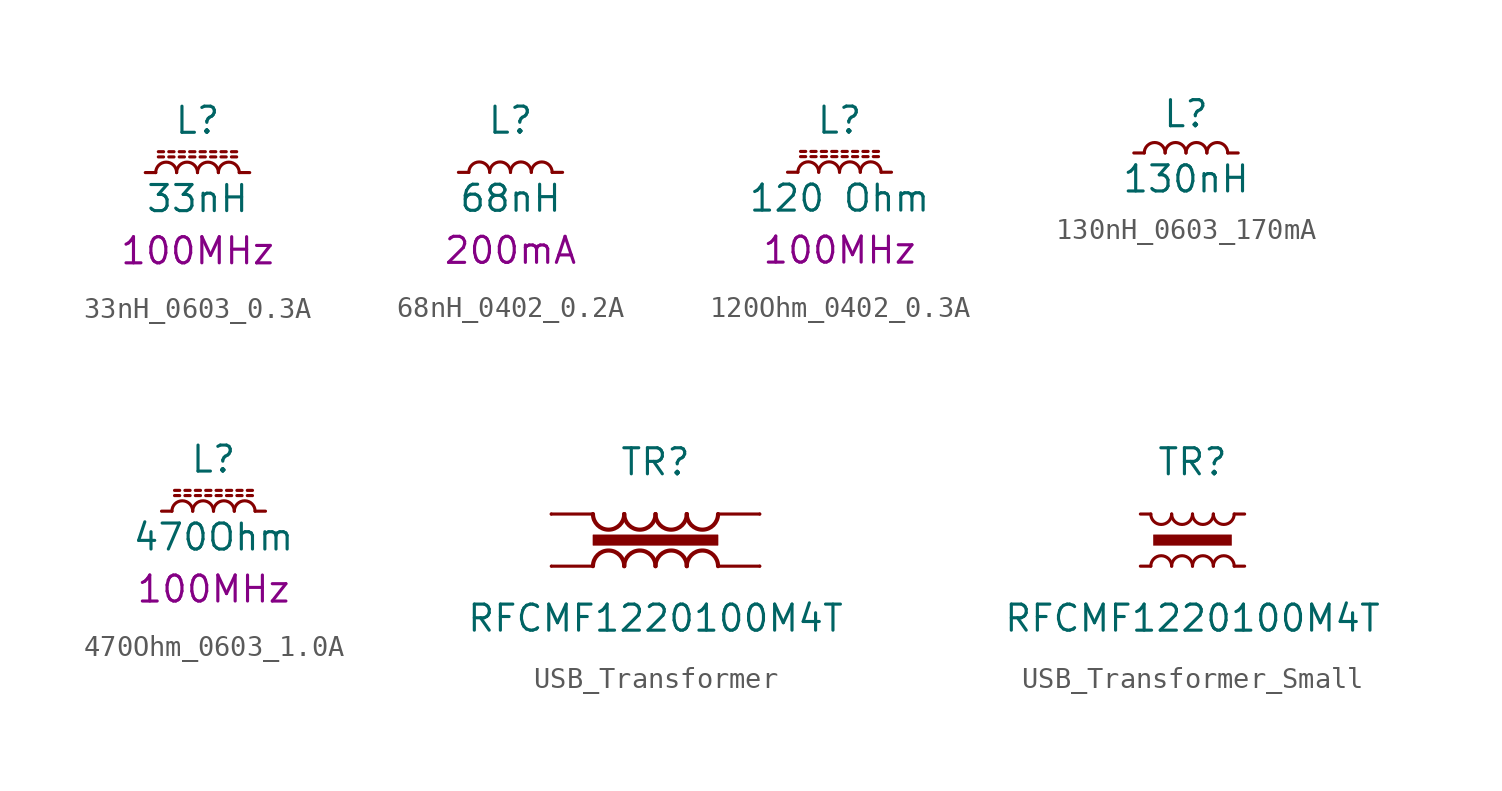
<source format=kicad_sym>
(kicad_symbol_lib
  (version 20231120)
  (generator "kicad_symbol_editor")
  (generator_version "8.0")
  (symbol "33nH_0603_0.3A"
    (pin_numbers hide)
    (pin_names
      (offset 1.016) hide)
    (property "Reference" "L"
      (at 0 2.54 0)
      (effects (font (size 1.27 1.27))))
    (property "Value" "33nH"
      (at 0 -1.27 0)
      (effects (font (size 1.27 1.27))))
    (property "Frequency" "100MHz"
      (at 0 -3.81 0)
      (effects (font (size 1.27 1.27))))
    (symbol "33nH_0603_0.3A_0_1"
      (arc (start -1.016 0) (mid -1.524 0.5058) (end -2.032 0) (stroke (width 0) (type default)) (fill (type none)))
      (arc (start 0 0) (mid -0.508 0.5058) (end -1.016 0) (stroke (width 0) (type default)) (fill (type none)))
      (polyline (pts (xy -1.905 1.016) (xy -1.651 1.016)) (stroke (width 0) (type default)) (fill (type none)))
      (polyline (pts (xy -1.651 0.762) (xy -1.905 0.762)) (stroke (width 0) (type default)) (fill (type none)))
      (polyline (pts (xy -1.397 1.016) (xy -1.143 1.016)) (stroke (width 0) (type default)) (fill (type none)))
      (polyline (pts (xy -1.143 0.762) (xy -1.397 0.762)) (stroke (width 0) (type default)) (fill (type none)))
      (polyline (pts (xy -0.889 1.016) (xy -0.635 1.016)) (stroke (width 0) (type default)) (fill (type none)))
      (polyline (pts (xy -0.635 0.762) (xy -0.889 0.762)) (stroke (width 0) (type default)) (fill (type none)))
      (polyline (pts (xy -0.381 1.016) (xy -0.127 1.016)) (stroke (width 0) (type default)) (fill (type none)))
      (polyline (pts (xy -0.127 0.762) (xy -0.381 0.762)) (stroke (width 0) (type default)) (fill (type none)))
      (polyline (pts (xy 0.127 1.016) (xy 0.381 1.016)) (stroke (width 0) (type default)) (fill (type none)))
      (polyline (pts (xy 0.381 0.762) (xy 0.127 0.762)) (stroke (width 0) (type default)) (fill (type none)))
      (polyline (pts (xy 0.635 1.016) (xy 0.889 1.016)) (stroke (width 0) (type default)) (fill (type none)))
      (polyline (pts (xy 0.889 0.762) (xy 0.635 0.762)) (stroke (width 0) (type default)) (fill (type none)))
      (polyline (pts (xy 1.143 1.016) (xy 1.397 1.016)) (stroke (width 0) (type default)) (fill (type none)))
      (polyline (pts (xy 1.397 0.762) (xy 1.143 0.762)) (stroke (width 0) (type default)) (fill (type none)))
      (polyline (pts (xy 1.651 1.016) (xy 1.905 1.016)) (stroke (width 0) (type default)) (fill (type none)))
      (polyline (pts (xy 1.905 0.762) (xy 1.651 0.762)) (stroke (width 0) (type default)) (fill (type none)))
      (arc (start 1.016 0) (mid 0.508 0.5058) (end 0 0) (stroke (width 0) (type default)) (fill (type none)))
      (arc (start 2.032 0) (mid 1.524 0.5058) (end 1.016 0) (stroke (width 0) (type default)) (fill (type none))))
    (symbol "33nH_0603_0.3A_1_1"
      (pin passive line (at -2.54 0 0) (length 0.508) (name "~" (effects (font (size 1.27 1.27)))) (number "1" (effects (font (size 1.27 1.27)))))
      (pin passive line (at 2.54 0 180) (length 0.508) (name "~" (effects (font (size 1.27 1.27)))) (number "2" (effects (font (size 1.27 1.27)))))))
  (symbol "68nH_0402_0.2A"
    (pin_numbers hide)
    (pin_names
      (offset 1.016) hide)
    (property "Reference" "L"
      (at 0 2.54 0)
      (effects (font (size 1.27 1.27))))
    (property "Value" "68nH"
      (at 0 -1.27 0)
      (effects (font (size 1.27 1.27))))
    (property "Current" "200mA"
      (at 0 -3.81 0)
      (effects (font (size 1.27 1.27))))
    (symbol "68nH_0402_0.2A_0_1"
      (arc (start -1.016 0) (mid -1.524 0.5058) (end -2.032 0) (stroke (width 0) (type default)) (fill (type none)))
      (arc (start 0 0) (mid -0.508 0.5058) (end -1.016 0) (stroke (width 0) (type default)) (fill (type none)))
      (arc (start 1.016 0) (mid 0.508 0.5058) (end 0 0) (stroke (width 0) (type default)) (fill (type none)))
      (arc (start 2.032 0) (mid 1.524 0.5058) (end 1.016 0) (stroke (width 0) (type default)) (fill (type none))))
    (symbol "68nH_0402_0.2A_1_1"
      (pin passive line (at -2.54 0 0) (length 0.508) (name "~" (effects (font (size 1.27 1.27)))) (number "1" (effects (font (size 1.27 1.27)))))
      (pin passive line (at 2.54 0 180) (length 0.508) (name "~" (effects (font (size 1.27 1.27)))) (number "2" (effects (font (size 1.27 1.27)))))))
  (symbol "120Ohm_0402_0.3A"
    (pin_numbers hide)
    (pin_names
      (offset 1.016) hide)
    (property "Reference" "L"
      (at 0 2.54 0)
      (effects (font (size 1.27 1.27))))
    (property "Value" "120 Ohm"
      (at 0 -1.27 0)
      (effects (font (size 1.27 1.27))))
    (property "Frequency" "100MHz"
      (at 0 -3.81 0)
      (effects (font (size 1.27 1.27))))
    (symbol "120Ohm_0402_0.3A_0_1"
      (arc (start -1.016 0) (mid -1.524 0.5058) (end -2.032 0) (stroke (width 0) (type default)) (fill (type none)))
      (arc (start 0 0) (mid -0.508 0.5058) (end -1.016 0) (stroke (width 0) (type default)) (fill (type none)))
      (polyline (pts (xy -1.905 1.016) (xy -1.651 1.016)) (stroke (width 0) (type default)) (fill (type none)))
      (polyline (pts (xy -1.651 0.762) (xy -1.905 0.762)) (stroke (width 0) (type default)) (fill (type none)))
      (polyline (pts (xy -1.397 1.016) (xy -1.143 1.016)) (stroke (width 0) (type default)) (fill (type none)))
      (polyline (pts (xy -1.143 0.762) (xy -1.397 0.762)) (stroke (width 0) (type default)) (fill (type none)))
      (polyline (pts (xy -0.889 1.016) (xy -0.635 1.016)) (stroke (width 0) (type default)) (fill (type none)))
      (polyline (pts (xy -0.635 0.762) (xy -0.889 0.762)) (stroke (width 0) (type default)) (fill (type none)))
      (polyline (pts (xy -0.381 1.016) (xy -0.127 1.016)) (stroke (width 0) (type default)) (fill (type none)))
      (polyline (pts (xy -0.127 0.762) (xy -0.381 0.762)) (stroke (width 0) (type default)) (fill (type none)))
      (polyline (pts (xy 0.127 1.016) (xy 0.381 1.016)) (stroke (width 0) (type default)) (fill (type none)))
      (polyline (pts (xy 0.381 0.762) (xy 0.127 0.762)) (stroke (width 0) (type default)) (fill (type none)))
      (polyline (pts (xy 0.635 1.016) (xy 0.889 1.016)) (stroke (width 0) (type default)) (fill (type none)))
      (polyline (pts (xy 0.889 0.762) (xy 0.635 0.762)) (stroke (width 0) (type default)) (fill (type none)))
      (polyline (pts (xy 1.143 1.016) (xy 1.397 1.016)) (stroke (width 0) (type default)) (fill (type none)))
      (polyline (pts (xy 1.397 0.762) (xy 1.143 0.762)) (stroke (width 0) (type default)) (fill (type none)))
      (polyline (pts (xy 1.651 1.016) (xy 1.905 1.016)) (stroke (width 0) (type default)) (fill (type none)))
      (polyline (pts (xy 1.905 0.762) (xy 1.651 0.762)) (stroke (width 0) (type default)) (fill (type none)))
      (arc (start 1.016 0) (mid 0.508 0.5058) (end 0 0) (stroke (width 0) (type default)) (fill (type none)))
      (arc (start 2.032 0) (mid 1.524 0.5058) (end 1.016 0) (stroke (width 0) (type default)) (fill (type none))))
    (symbol "120Ohm_0402_0.3A_1_1"
      (pin passive line (at -2.54 0 0) (length 0.508) (name "~" (effects (font (size 1.27 1.27)))) (number "1" (effects (font (size 1.27 1.27)))))
      (pin passive line (at 2.54 0 180) (length 0.508) (name "~" (effects (font (size 1.27 1.27)))) (number "2" (effects (font (size 1.27 1.27)))))))
  (symbol "130nH_0603_170mA"
    (pin_numbers hide)
    (pin_names
      (offset 1.016) hide)
    (property "Reference" "L"
      (at 0 1.905 0)
      (effects (font (size 1.27 1.27))))
    (property "Value" "130nH"
      (at 0 -1.27 0)
      (effects (font (size 1.27 1.27))))
    (symbol "130nH_0603_170mA_0_1"
      (arc (start -1.016 0) (mid -1.524 0.5058) (end -2.032 0) (stroke (width 0) (type default)) (fill (type none)))
      (arc (start 0 0) (mid -0.508 0.5058) (end -1.016 0) (stroke (width 0) (type default)) (fill (type none)))
      (arc (start 1.016 0) (mid 0.508 0.5058) (end 0 0) (stroke (width 0) (type default)) (fill (type none)))
      (arc (start 2.032 0) (mid 1.524 0.5058) (end 1.016 0) (stroke (width 0) (type default)) (fill (type none))))
    (symbol "130nH_0603_170mA_1_1"
      (pin passive line (at -2.54 0 0) (length 0.508) (name "~" (effects (font (size 1.27 1.27)))) (number "1" (effects (font (size 1.27 1.27)))))
      (pin passive line (at 2.54 0 180) (length 0.508) (name "~" (effects (font (size 1.27 1.27)))) (number "2" (effects (font (size 1.27 1.27)))))))
  (symbol "470Ohm_0603_1.0A"
    (pin_numbers hide)
    (pin_names
      (offset 1.016) hide)
    (property "Reference" "L"
      (at 0 2.54 0)
      (effects (font (size 1.27 1.27))))
    (property "Value" "470Ohm"
      (at 0 -1.27 0)
      (effects (font (size 1.27 1.27))))
    (property "Frequency" "100MHz"
      (at 0 -3.81 0)
      (effects (font (size 1.27 1.27))))
    (symbol "470Ohm_0603_1.0A_0_1"
      (arc (start -1.016 0) (mid -1.524 0.5058) (end -2.032 0) (stroke (width 0) (type default)) (fill (type none)))
      (arc (start 0 0) (mid -0.508 0.5058) (end -1.016 0) (stroke (width 0) (type default)) (fill (type none)))
      (polyline (pts (xy -1.905 1.016) (xy -1.651 1.016)) (stroke (width 0) (type default)) (fill (type none)))
      (polyline (pts (xy -1.651 0.762) (xy -1.905 0.762)) (stroke (width 0) (type default)) (fill (type none)))
      (polyline (pts (xy -1.397 1.016) (xy -1.143 1.016)) (stroke (width 0) (type default)) (fill (type none)))
      (polyline (pts (xy -1.143 0.762) (xy -1.397 0.762)) (stroke (width 0) (type default)) (fill (type none)))
      (polyline (pts (xy -0.889 1.016) (xy -0.635 1.016)) (stroke (width 0) (type default)) (fill (type none)))
      (polyline (pts (xy -0.635 0.762) (xy -0.889 0.762)) (stroke (width 0) (type default)) (fill (type none)))
      (polyline (pts (xy -0.381 1.016) (xy -0.127 1.016)) (stroke (width 0) (type default)) (fill (type none)))
      (polyline (pts (xy -0.127 0.762) (xy -0.381 0.762)) (stroke (width 0) (type default)) (fill (type none)))
      (polyline (pts (xy 0.127 1.016) (xy 0.381 1.016)) (stroke (width 0) (type default)) (fill (type none)))
      (polyline (pts (xy 0.381 0.762) (xy 0.127 0.762)) (stroke (width 0) (type default)) (fill (type none)))
      (polyline (pts (xy 0.635 1.016) (xy 0.889 1.016)) (stroke (width 0) (type default)) (fill (type none)))
      (polyline (pts (xy 0.889 0.762) (xy 0.635 0.762)) (stroke (width 0) (type default)) (fill (type none)))
      (polyline (pts (xy 1.143 1.016) (xy 1.397 1.016)) (stroke (width 0) (type default)) (fill (type none)))
      (polyline (pts (xy 1.397 0.762) (xy 1.143 0.762)) (stroke (width 0) (type default)) (fill (type none)))
      (polyline (pts (xy 1.651 1.016) (xy 1.905 1.016)) (stroke (width 0) (type default)) (fill (type none)))
      (polyline (pts (xy 1.905 0.762) (xy 1.651 0.762)) (stroke (width 0) (type default)) (fill (type none)))
      (arc (start 1.016 0) (mid 0.508 0.5058) (end 0 0) (stroke (width 0) (type default)) (fill (type none)))
      (arc (start 2.032 0) (mid 1.524 0.5058) (end 1.016 0) (stroke (width 0) (type default)) (fill (type none))))
    (symbol "470Ohm_0603_1.0A_1_1"
      (pin passive line (at -2.54 0 0) (length 0.508) (name "~" (effects (font (size 1.27 1.27)))) (number "1" (effects (font (size 1.27 1.27)))))
      (pin passive line (at 2.54 0 180) (length 0.508) (name "~" (effects (font (size 1.27 1.27)))) (number "2" (effects (font (size 1.27 1.27)))))))
  (symbol "USB_Transformer"
    (pin_numbers hide)
    (pin_names
      (offset 0))
    (property "Reference" "TR"
      (at 0 3.81 0)
      (effects (font (size 1.27 1.27))))
    (property "Value" "RFCMF1220100M4T"
      (at 0 -3.81 0)
      (effects (font (size 1.27 1.27))))
    (symbol "USB_Transformer_0_1"
      (rectangle (start -3.048 -0.254) (end 3.048 0.254) (stroke (width 0.025) (type default)) (fill (type outline)))
      (arc (start -3.048 1.27) (mid -2.286 0.5113) (end -1.524 1.27) (stroke (width 0.2032) (type default)) (fill (type none)))
      (arc (start -1.524 -1.27) (mid -2.286 -0.5113) (end -3.048 -1.27) (stroke (width 0.2032) (type default)) (fill (type none)))
      (arc (start -1.524 1.27) (mid -0.762 0.5113) (end 0 1.27) (stroke (width 0.2032) (type default)) (fill (type none)))
      (arc (start 0 -1.27) (mid -0.762 -0.5113) (end -1.524 -1.27) (stroke (width 0.2032) (type default)) (fill (type none)))
      (polyline (pts (xy -5.055 -1.27) (xy -3.048 -1.27)) (stroke (width 0) (type default)) (fill (type none)))
      (polyline (pts (xy 5.08 -1.27) (xy 3.048 -1.27)) (stroke (width 0) (type default)) (fill (type none)))
      (polyline (pts (xy 5.08 1.27) (xy 3.048 1.27)) (stroke (width 0) (type default)) (fill (type none)))
      (arc (start 0 1.27) (mid 0.762 0.5113) (end 1.524 1.27) (stroke (width 0.2032) (type default)) (fill (type none)))
      (arc (start 1.524 -1.27) (mid 0.762 -0.5113) (end 0 -1.27) (stroke (width 0.2032) (type default)) (fill (type none)))
      (arc (start 1.524 1.27) (mid 2.286 0.5113) (end 3.048 1.27) (stroke (width 0.2032) (type default)) (fill (type none)))
      (arc (start 3.048 -1.27) (mid 2.286 -0.5113) (end 1.524 -1.27) (stroke (width 0.2032) (type default)) (fill (type none))))
    (symbol "USB_Transformer_1_1"
      (polyline (pts (xy -5.08 1.27) (xy -3.048 1.27)) (stroke (width 0) (type default)) (fill (type none)))
      (pin passive line (at -5.08 1.27 0) (length 0) (name "~" (effects (font (size 1.27 1.27)))) (number "1" (effects (font (size 1.27 1.27)))))
      (pin passive line (at 5.08 1.27 180) (length 0) (name "~" (effects (font (size 1.27 1.27)))) (number "2" (effects (font (size 1.27 1.27)))))
      (pin passive line (at -5.08 -1.27 0) (length 0) (name "~" (effects (font (size 1.27 1.27)))) (number "3" (effects (font (size 1.27 1.27)))))
      (pin passive line (at 5.08 -1.27 180) (length 0) (name "~" (effects (font (size 1.27 1.27)))) (number "4" (effects (font (size 1.27 1.27)))))))
  (symbol "USB_Transformer_Small"
    (pin_numbers hide)
    (pin_names
      (offset 0))
    (property "Reference" "TR"
      (at 0 3.81 0)
      (effects (font (size 1.27 1.27))))
    (property "Value" "RFCMF1220100M4T"
      (at 0 -3.81 0)
      (effects (font (size 1.27 1.27))))
    (symbol "USB_Transformer_Small_0_1"
      (arc (start -2.032 1.27) (mid -1.524 0.7642) (end -1.016 1.27) (stroke (width 0) (type default)) (fill (type none)))
      (rectangle (start -1.905 0.254) (end 1.905 -0.254) (stroke (width 0.025) (type default)) (fill (type outline)))
      (arc (start -1.016 -1.27) (mid -1.524 -0.7642) (end -2.032 -1.27) (stroke (width 0) (type default)) (fill (type none)))
      (arc (start -1.016 1.27) (mid -0.508 0.7642) (end 0 1.27) (stroke (width 0) (type default)) (fill (type none)))
      (arc (start 0 -1.27) (mid -0.508 -0.7642) (end -1.016 -1.27) (stroke (width 0) (type default)) (fill (type none)))
      (arc (start 0 1.27) (mid 0.508 0.7642) (end 1.016 1.27) (stroke (width 0) (type default)) (fill (type none)))
      (arc (start 1.016 -1.27) (mid 0.508 -0.7642) (end 0 -1.27) (stroke (width 0) (type default)) (fill (type none)))
      (arc (start 1.016 1.27) (mid 1.524 0.7642) (end 2.032 1.27) (stroke (width 0) (type default)) (fill (type none)))
      (arc (start 2.032 -1.27) (mid 1.524 -0.7642) (end 1.016 -1.27) (stroke (width 0) (type default)) (fill (type none))))
    (symbol "USB_Transformer_Small_1_1"
      (pin passive line (at -2.54 -1.27 0) (length 0.508) (name "~" (effects (font (size 1.27 1.27)))) (number "1" (effects (font (size 1.27 1.27)))))
      (pin passive line (at 2.54 1.27 180) (length 0.508) (name "~" (effects (font (size 1.27 1.27)))) (number "1" (effects (font (size 1.27 1.27)))))
      (pin passive line (at -2.54 1.27 0) (length 0.508) (name "~" (effects (font (size 1.27 1.27)))) (number "2" (effects (font (size 1.27 1.27)))))
      (pin passive line (at 2.54 -1.27 180) (length 0.508) (name "~" (effects (font (size 1.27 1.27)))) (number "2" (effects (font (size 1.27 1.27))))))))
</source>
